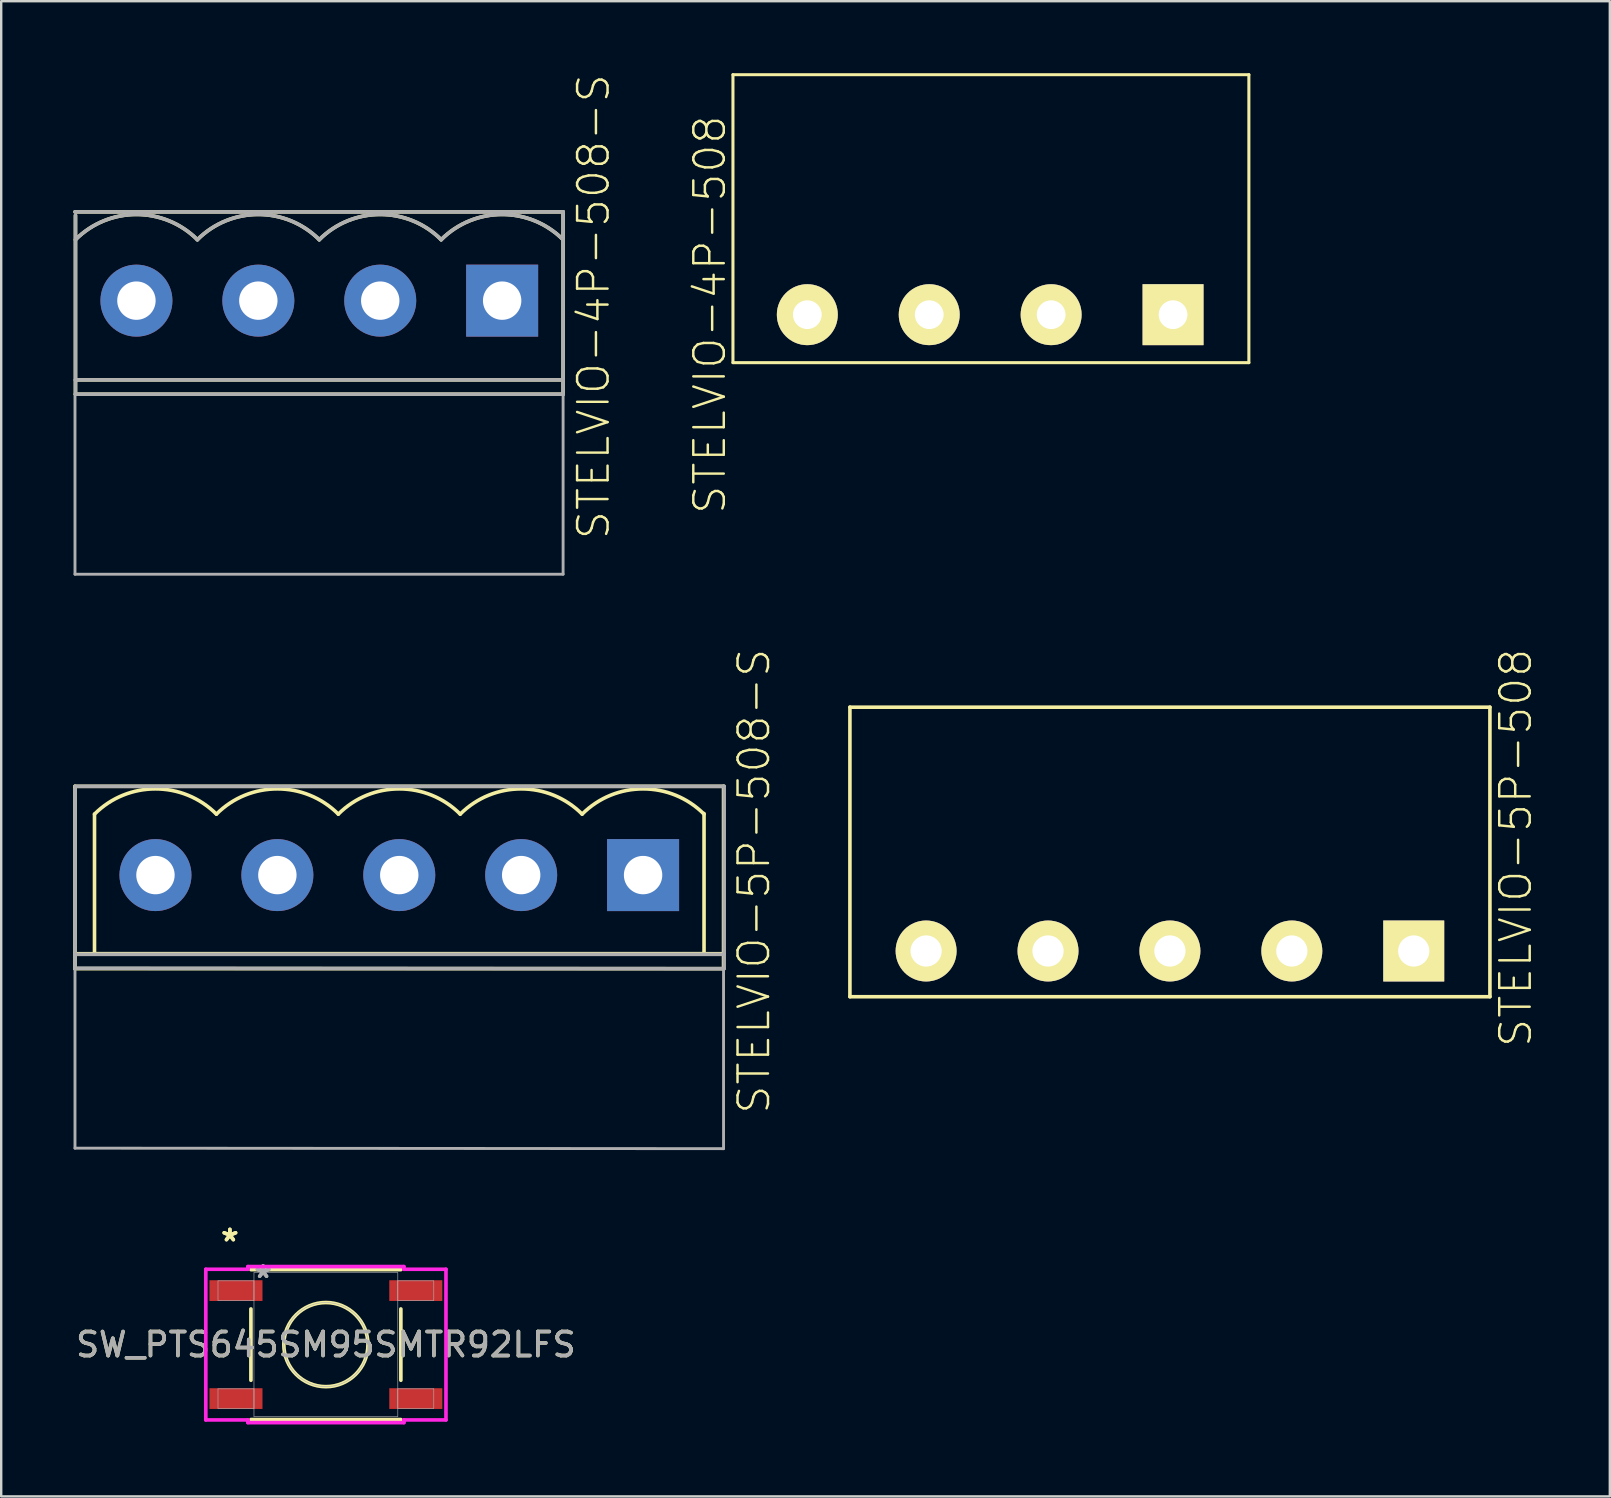
<source format=kicad_pcb>
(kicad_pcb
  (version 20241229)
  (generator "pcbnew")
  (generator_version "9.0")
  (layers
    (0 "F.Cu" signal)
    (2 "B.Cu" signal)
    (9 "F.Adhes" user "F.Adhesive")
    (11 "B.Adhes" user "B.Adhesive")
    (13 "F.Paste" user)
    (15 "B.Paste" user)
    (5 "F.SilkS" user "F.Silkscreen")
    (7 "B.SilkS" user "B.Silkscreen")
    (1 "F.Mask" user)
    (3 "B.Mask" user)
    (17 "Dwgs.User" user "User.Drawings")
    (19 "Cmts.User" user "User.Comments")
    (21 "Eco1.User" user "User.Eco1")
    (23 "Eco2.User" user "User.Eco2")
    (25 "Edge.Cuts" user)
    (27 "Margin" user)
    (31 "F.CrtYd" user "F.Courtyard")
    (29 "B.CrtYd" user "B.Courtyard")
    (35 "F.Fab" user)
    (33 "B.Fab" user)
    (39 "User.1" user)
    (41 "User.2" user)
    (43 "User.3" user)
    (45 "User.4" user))
  (footprint "STELVIO-5P-508-S"
    (layer "F.Cu")
    (at 23.748 33.416)
    (property "Reference" "STELVIO-5P-508-S" (at 4.623 0.254 90) (layer "F.SilkS") (effects (font (size 1.27 1.27) (thickness 0.102))))
    (attr exclude_from_pos_files exclude_from_bom)
    (fp_line (start -23.673 -3.7) (end -23.673 3.9) (stroke (width 0.15) (type solid)) (layer "F.SilkS"))
    (fp_line (start -23.673 3.277) (end 3.353 3.277) (stroke (width 0.15) (type solid)) (layer "F.SilkS"))
    (fp_line (start -22.86 -2.54) (end -22.86 3.277) (stroke (width 0.15) (type solid)) (layer "F.SilkS"))
    (fp_line (start -22.86 3.277) (end 2.54 3.277) (stroke (width 0.15) (type solid)) (layer "F.SilkS"))
    (fp_line (start 2.54 -2.565) (end 2.54 3.277) (stroke (width 0.15) (type solid)) (layer "F.SilkS"))
    (fp_line (start 3.353 -3.7) (end -23.673 -3.7) (stroke (width 0.15) (type solid)) (layer "F.SilkS"))
    (fp_line (start 3.353 3.9) (end -23.673 3.9) (stroke (width 0.15) (type solid)) (layer "F.SilkS"))
    (fp_line (start 3.353 3.9) (end 3.353 -3.7) (stroke (width 0.15) (type solid)) (layer "F.SilkS"))
    (fp_arc (start -22.859999 -2.539999) (mid -20.32 -3.592101) (end -17.780001 -2.539999) (stroke (width 0.15) (type solid)) (layer "F.SilkS"))
    (fp_arc (start -17.779999 -2.539999) (mid -15.24 -3.592101) (end -12.700001 -2.539999) (stroke (width 0.15) (type solid)) (layer "F.SilkS"))
    (fp_arc (start -12.699998 -2.54) (mid -10.159999 -3.592102) (end -7.62 -2.54) (stroke (width 0.15) (type solid)) (layer "F.SilkS"))
    (fp_arc (start -7.619998 -2.54) (mid -5.079999 -3.592102) (end -2.54 -2.54) (stroke (width 0.15) (type solid)) (layer "F.SilkS"))
    (fp_arc (start -2.539998 -2.54) (mid 0.000001 -3.592102) (end 2.54 -2.54) (stroke (width 0.15) (type solid)) (layer "F.SilkS"))
    (fp_line (start -23.673 -3.577) (end -23.673 3.879) (stroke (width 0.15) (type solid)) (layer "F.Fab"))
    (fp_line (start -23.673 3.302) (end 3.378 3.302) (stroke (width 0.15) (type solid)) (layer "F.Fab"))
    (fp_line (start -23.673 3.879) (end -23.673 11.379) (stroke (width 0.12) (type solid)) (layer "F.Fab"))
    (fp_line (start -23.673 11.379) (end 3.353 11.4) (stroke (width 0.12) (type solid)) (layer "F.Fab"))
    (fp_line (start 3.353 11.4) (end 3.353 3.9) (stroke (width 0.12) (type solid)) (layer "F.Fab"))
    (fp_line (start 3.378 -3.7) (end -23.673 -3.7) (stroke (width 0.15) (type solid)) (layer "F.Fab"))
    (fp_line (start 3.378 3.9) (end -23.673 3.879) (stroke (width 0.15) (type solid)) (layer "F.Fab"))
    (fp_line (start 3.378 3.9) (end 3.378 -3.7) (stroke (width 0.15) (type solid)) (layer "F.Fab"))
    (pad "1" thru_hole rect (at 0 0) (size 3 3) (drill 1.6) (layers "*.Cu" "*.Mask"))
    (pad "2" thru_hole circle (at -5.08 0) (size 3 3) (drill 1.6) (layers "*.Cu" "*.Mask"))
    (pad "3" thru_hole circle (at -10.16 0) (size 3 3) (drill 1.6) (layers "*.Cu" "*.Mask"))
    (pad "4" thru_hole circle (at -15.24 0) (size 3 3) (drill 1.6) (layers "*.Cu" "*.Mask"))
    (pad "5" thru_hole circle (at -20.32 0) (size 3 3) (drill 1.6) (layers "*.Cu" "*.Mask")))
  (footprint "STELVIO-4P-508-S"
    (layer "F.Cu")
    (at 17.875 9.478)
    (property "Reference" "STELVIO-4P-508-S" (at 3.81 0.254 90) (layer "F.SilkS") (effects (font (size 1.27 1.27) (thickness 0.102))))
    (attr exclude_from_pos_files exclude_from_bom)
    (fp_line (start -17.78 -3.556) (end -17.78 3.9) (stroke (width 0.15) (type solid)) (layer "F.SilkS"))
    (fp_line (start -17.78 3.302) (end 2.54 3.302) (stroke (width 0.15) (type solid)) (layer "F.SilkS"))
    (fp_line (start 2.54 -3.7) (end -17.8 -3.7) (stroke (width 0.15) (type solid)) (layer "F.SilkS"))
    (fp_line (start 2.54 3.9) (end -17.78 3.9) (stroke (width 0.15) (type solid)) (layer "F.SilkS"))
    (fp_line (start 2.54 3.9) (end 2.54 -3.7) (stroke (width 0.15) (type solid)) (layer "F.SilkS"))
    (fp_arc (start -17.779999 -2.539999) (mid -15.24 -3.592101) (end -12.700001 -2.539999) (stroke (width 0.15) (type solid)) (layer "F.SilkS"))
    (fp_arc (start -12.699998 -2.54) (mid -10.159999 -3.592102) (end -7.62 -2.54) (stroke (width 0.15) (type solid)) (layer "F.SilkS"))
    (fp_arc (start -7.619998 -2.54) (mid -5.079999 -3.592102) (end -2.54 -2.54) (stroke (width 0.15) (type solid)) (layer "F.SilkS"))
    (fp_arc (start -2.539998 -2.54) (mid 0.000001 -3.592102) (end 2.54 -2.54) (stroke (width 0.15) (type solid)) (layer "F.SilkS"))
    (fp_line (start -17.8 3.9) (end -17.8 11.4) (stroke (width 0.12) (type solid)) (layer "F.Fab"))
    (fp_line (start -17.8 11.4) (end 2.54 11.4) (stroke (width 0.12) (type solid)) (layer "F.Fab"))
    (fp_line (start -17.78 -3.556) (end -17.78 3.9) (stroke (width 0.15) (type solid)) (layer "F.Fab"))
    (fp_line (start -17.78 3.302) (end 2.54 3.302) (stroke (width 0.15) (type solid)) (layer "F.Fab"))
    (fp_line (start 2.54 -3.7) (end -17.8 -3.7) (stroke (width 0.15) (type solid)) (layer "F.Fab"))
    (fp_line (start 2.54 3.9) (end -17.78 3.9) (stroke (width 0.15) (type solid)) (layer "F.Fab"))
    (fp_line (start 2.54 3.9) (end 2.54 -3.7) (stroke (width 0.15) (type solid)) (layer "F.Fab"))
    (fp_line (start 2.54 11.4) (end 2.54 3.9) (stroke (width 0.12) (type solid)) (layer "F.Fab"))
    (fp_arc (start -17.779999 -2.539999) (mid -15.24 -3.592101) (end -12.700001 -2.539999) (stroke (width 0.15) (type solid)) (layer "F.Fab"))
    (fp_arc (start -12.699998 -2.54) (mid -10.159999 -3.592102) (end -7.62 -2.54) (stroke (width 0.15) (type solid)) (layer "F.Fab"))
    (fp_arc (start -7.619998 -2.54) (mid -5.079999 -3.592102) (end -2.54 -2.54) (stroke (width 0.15) (type solid)) (layer "F.Fab"))
    (fp_arc (start -2.539998 -2.54) (mid 0.000001 -3.592102) (end 2.54 -2.54) (stroke (width 0.15) (type solid)) (layer "F.Fab"))
    (pad "1" thru_hole rect (at 0 0) (size 3 3) (drill 1.6) (layers "*.Cu" "*.Mask"))
    (pad "2" thru_hole circle (at -5.08 0) (size 3 3) (drill 1.6) (layers "*.Cu" "*.Mask"))
    (pad "3" thru_hole circle (at -10.16 0) (size 3 3) (drill 1.6) (layers "*.Cu" "*.Mask"))
    (pad "4" thru_hole circle (at -15.24 0) (size 3 3) (drill 1.6) (layers "*.Cu" "*.Mask")))
  (footprint "SW_PTS645SM95SMTR92LFS"
    (layer "F.Cu")
    (at 10.53 52.981)
    (property "Reference" "SW_PTS645SM95SMTR92LFS" (at 0 0 0) (unlocked yes) (layer "F.SilkS") (effects (font (size 1 1) (thickness 0.15))))
    (attr smd)
    (fp_line (start -3.124 -1.485) (end -3.124 1.485) (stroke (width 0.152) (type solid)) (layer "F.SilkS"))
    (fp_line (start -3.124 3.124) (end 3.124 3.124) (stroke (width 0.152) (type solid)) (layer "F.SilkS"))
    (fp_line (start 3.124 -3.124) (end -3.124 -3.124) (stroke (width 0.152) (type solid)) (layer "F.SilkS"))
    (fp_line (start 3.124 1.485) (end 3.124 -1.485) (stroke (width 0.152) (type solid)) (layer "F.SilkS"))
    (fp_circle (center 0 0) (end 1.753 0) (stroke (width 0.152) (type solid)) (fill no) (layer "F.SilkS"))
    (fp_line (start -5.004 -3.139) (end -3.251 -3.139) (stroke (width 0.152) (type solid)) (layer "F.CrtYd"))
    (fp_line (start -5.004 3.139) (end -5.004 -3.139) (stroke (width 0.152) (type solid)) (layer "F.CrtYd"))
    (fp_line (start -3.251 -3.251) (end 3.251 -3.251) (stroke (width 0.152) (type solid)) (layer "F.CrtYd"))
    (fp_line (start -3.251 -3.139) (end -3.251 -3.251) (stroke (width 0.152) (type solid)) (layer "F.CrtYd"))
    (fp_line (start -3.251 3.139) (end -5.004 3.139) (stroke (width 0.152) (type solid)) (layer "F.CrtYd"))
    (fp_line (start -3.251 3.251) (end -3.251 3.139) (stroke (width 0.152) (type solid)) (layer "F.CrtYd"))
    (fp_line (start 3.251 -3.251) (end 3.251 -3.139) (stroke (width 0.152) (type solid)) (layer "F.CrtYd"))
    (fp_line (start 3.251 -3.139) (end 5.004 -3.139) (stroke (width 0.152) (type solid)) (layer "F.CrtYd"))
    (fp_line (start 3.251 3.139) (end 3.251 3.251) (stroke (width 0.152) (type solid)) (layer "F.CrtYd"))
    (fp_line (start 3.251 3.251) (end -3.251 3.251) (stroke (width 0.152) (type solid)) (layer "F.CrtYd"))
    (fp_line (start 5.004 -3.139) (end 5.004 3.139) (stroke (width 0.152) (type solid)) (layer "F.CrtYd"))
    (fp_line (start 5.004 3.139) (end 3.251 3.139) (stroke (width 0.152) (type solid)) (layer "F.CrtYd"))
    (fp_line (start -4.496 -2.656) (end -4.496 -1.844) (stroke (width 0.025) (type solid)) (layer "F.Fab"))
    (fp_line (start -4.496 -1.844) (end -2.997 -1.844) (stroke (width 0.025) (type solid)) (layer "F.Fab"))
    (fp_line (start -4.496 1.844) (end -4.496 2.656) (stroke (width 0.025) (type solid)) (layer "F.Fab"))
    (fp_line (start -4.496 2.656) (end -2.997 2.656) (stroke (width 0.025) (type solid)) (layer "F.Fab"))
    (fp_line (start -2.997 -2.997) (end -2.997 2.997) (stroke (width 0.025) (type solid)) (layer "F.Fab"))
    (fp_line (start -2.997 -2.656) (end -4.496 -2.656) (stroke (width 0.025) (type solid)) (layer "F.Fab"))
    (fp_line (start -2.997 -1.844) (end -2.997 -2.656) (stroke (width 0.025) (type solid)) (layer "F.Fab"))
    (fp_line (start -2.997 1.844) (end -4.496 1.844) (stroke (width 0.025) (type solid)) (layer "F.Fab"))
    (fp_line (start -2.997 2.656) (end -2.997 1.844) (stroke (width 0.025) (type solid)) (layer "F.Fab"))
    (fp_line (start -2.997 2.997) (end 2.997 2.997) (stroke (width 0.025) (type solid)) (layer "F.Fab"))
    (fp_line (start 2.997 -2.997) (end -2.997 -2.997) (stroke (width 0.025) (type solid)) (layer "F.Fab"))
    (fp_line (start 2.997 -2.656) (end 2.997 -1.844) (stroke (width 0.025) (type solid)) (layer "F.Fab"))
    (fp_line (start 2.997 -1.844) (end 4.496 -1.844) (stroke (width 0.025) (type solid)) (layer "F.Fab"))
    (fp_line (start 2.997 1.844) (end 2.997 2.656) (stroke (width 0.025) (type solid)) (layer "F.Fab"))
    (fp_line (start 2.997 2.656) (end 4.496 2.656) (stroke (width 0.025) (type solid)) (layer "F.Fab"))
    (fp_line (start 2.997 2.997) (end 2.997 -2.997) (stroke (width 0.025) (type solid)) (layer "F.Fab"))
    (fp_line (start 4.496 -2.656) (end 2.997 -2.656) (stroke (width 0.025) (type solid)) (layer "F.Fab"))
    (fp_line (start 4.496 -1.844) (end 4.496 -2.656) (stroke (width 0.025) (type solid)) (layer "F.Fab"))
    (fp_line (start 4.496 1.844) (end 2.997 1.844) (stroke (width 0.025) (type solid)) (layer "F.Fab"))
    (fp_line (start 4.496 2.656) (end 4.496 1.844) (stroke (width 0.025) (type solid)) (layer "F.Fab"))
    (fp_circle (center 0 0) (end 1.753 0) (stroke (width 0.025) (type solid)) (fill no) (layer "F.Fab"))
    (fp_text user "*" (at -4 -4.257 0) (unlocked yes) (layer "F.SilkS") (effects (font (size 1 1) (thickness 0.15))))
    (fp_text user "*" (at -4 -4.257 0) (layer "F.SilkS") (effects (font (size 1 1) (thickness 0.15))))
    (fp_text user "*" (at -2.616 -2.733 0) (unlocked yes) (layer "F.Fab") (effects (font (size 1 1) (thickness 0.15))))
    (fp_text user "*" (at -2.616 -2.733 0) (layer "F.Fab") (effects (font (size 1 1) (thickness 0.15))))
    (fp_text user "${REFERENCE}" (at 0 0 0) (unlocked yes) (layer "F.Fab") (effects (font (size 1 1) (thickness 0.15))))
    (pad "1" smd rect (at -3.747 -2.25) (size 2.21 0.864) (layers "F.Cu" "F.Mask" "F.Paste"))
    (pad "2" smd rect (at -3.747 2.25) (size 2.21 0.864) (layers "F.Cu" "F.Mask" "F.Paste"))
    (pad "3" smd rect (at 3.747 2.25) (size 2.21 0.864) (layers "F.Cu" "F.Mask" "F.Paste"))
    (pad "4" smd rect (at 3.747 -2.25) (size 2.21 0.864) (layers "F.Cu" "F.Mask" "F.Paste")))
  (footprint "STELVIO-5P-508"
    (layer "F.Cu")
    (at 55.862 36.579)
    (property "Reference" "STELVIO-5P-508" (at 4.25 -4.3 90) (layer "F.SilkS") (effects (font (size 1.27 1.27) (thickness 0.102))))
    (attr exclude_from_pos_files exclude_from_bom)
    (fp_line (start -23.495 -10.16) (end 3.175 -10.16) (stroke (width 0.15) (type solid)) (layer "F.SilkS"))
    (fp_line (start -23.495 1.905) (end -23.495 -10.16) (stroke (width 0.15) (type solid)) (layer "F.SilkS"))
    (fp_line (start 3.175 -10.16) (end 3.175 1.905) (stroke (width 0.15) (type solid)) (layer "F.SilkS"))
    (fp_line (start 3.175 1.905) (end -23.495 1.905) (stroke (width 0.15) (type solid)) (layer "F.SilkS"))
    (pad "1" thru_hole rect (at 0 0) (size 2.54 2.54) (drill 1.3) (layers "*.Cu" "*.Mask" "F.SilkS"))
    (pad "2" thru_hole circle (at -5.08 0) (size 2.54 2.54) (drill 1.3) (layers "*.Cu" "*.Mask" "F.SilkS"))
    (pad "3" thru_hole circle (at -10.16 0) (size 2.54 2.54) (drill 1.3) (layers "*.Cu" "*.Mask" "F.SilkS"))
    (pad "4" thru_hole circle (at -15.24 0) (size 2.54 2.54) (drill 1.3) (layers "*.Cu" "*.Mask" "F.SilkS"))
    (pad "5" thru_hole circle (at -20.32 0) (size 2.54 2.54) (drill 1.3) (layers "*.Cu" "*.Mask" "F.SilkS")))
  (footprint "STELVIO-4P-508"
    (layer "F.Cu")
    (at 30.592 10.063)
    (property "Reference" "STELVIO-4P-508" (at -4.064 0 90) (layer "F.SilkS") (effects (font (size 1.27 1.27) (thickness 0.102))))
    (attr exclude_from_pos_files exclude_from_bom)
    (fp_line (start -3.099 -10) (end 18.4 -10) (stroke (width 0.127) (type solid)) (layer "F.SilkS"))
    (fp_line (start -3.099 1.999) (end -3.099 -10) (stroke (width 0.127) (type solid)) (layer "F.SilkS"))
    (fp_line (start 18.4 -10) (end 18.4 1.999) (stroke (width 0.127) (type solid)) (layer "F.SilkS"))
    (fp_line (start 18.4 1.999) (end -3.099 1.999) (stroke (width 0.127) (type solid)) (layer "F.SilkS"))
    (pad "1" thru_hole rect (at 15.24 0) (size 2.54 2.54) (drill 1.199) (layers "*.Cu" "*.Mask" "F.SilkS" "F.Paste"))
    (pad "2" thru_hole circle (at 10.16 0) (size 2.54 2.54) (drill 1.199) (layers "*.Cu" "*.Mask" "F.SilkS" "F.Paste"))
    (pad "3" thru_hole circle (at 5.08 0) (size 2.54 2.54) (drill 1.199) (layers "*.Cu" "*.Mask" "F.SilkS" "F.Paste"))
    (pad "4" thru_hole circle (at 0 0) (size 2.54 2.54) (drill 1.199) (layers "*.Cu" "*.Mask" "F.SilkS" "F.Paste")))
  (gr_rect
    (start -3 -3)
    (end 64.033 59.308)
    (stroke (width 0.1) (type default))
    (fill no)
    (layer "Edge.Cuts")))
</source>
